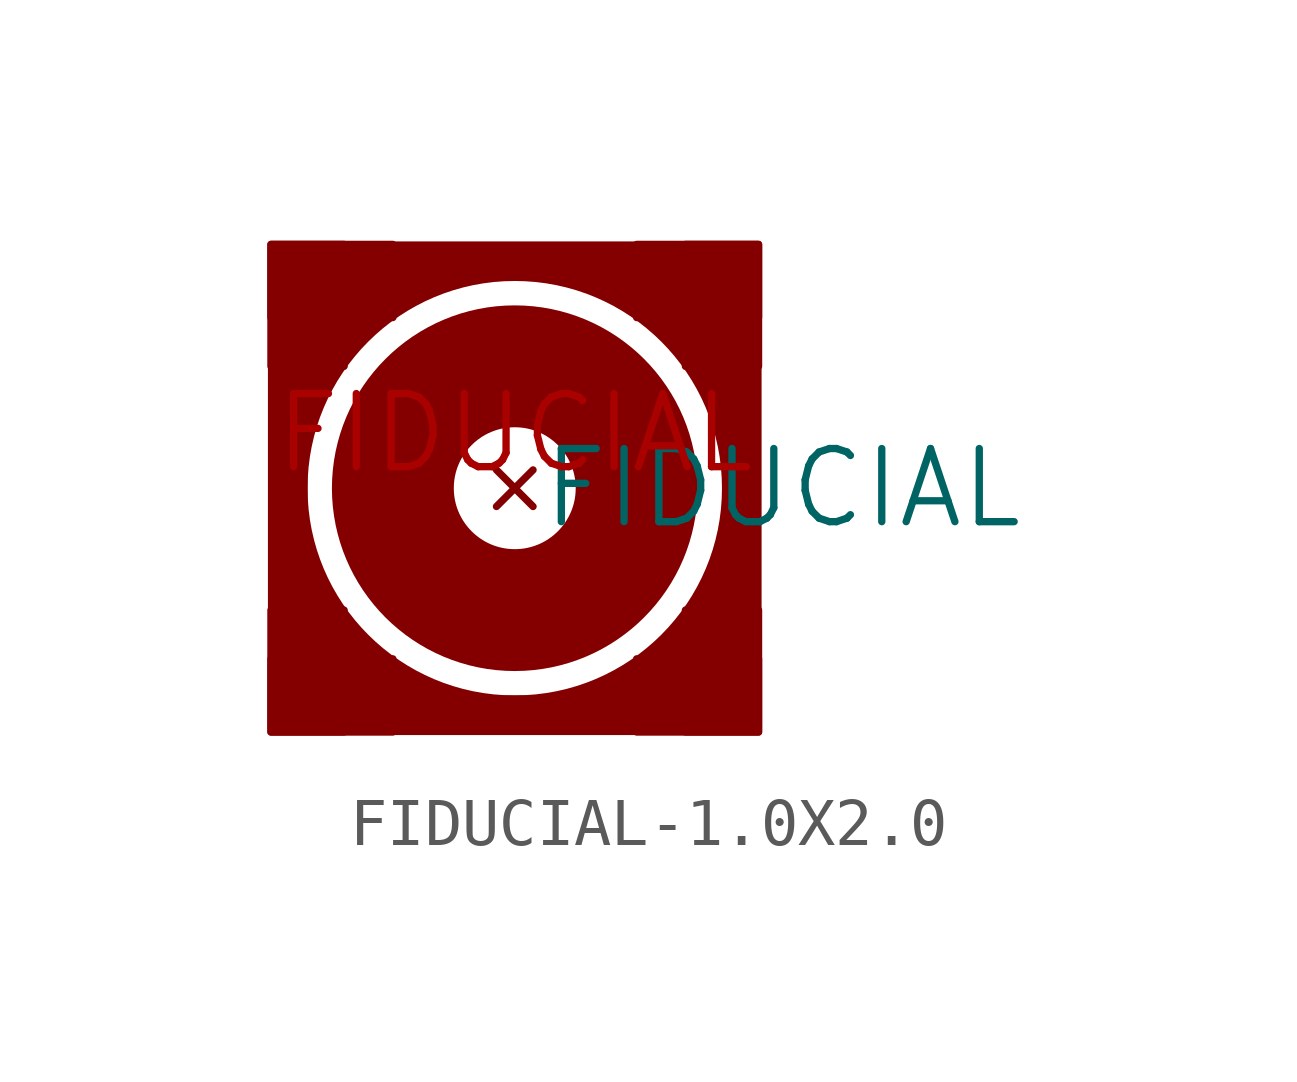
<source format=kicad_sym>
(kicad_symbol_lib
  (version 20241209)
  (generator "kicad_symbol_editor")
  (generator_version "9.0")
  (symbol "FIDUCIAL-1.0X2.0"
    (property "Reference" "FIDUCIAL"
      (at 0 0 0)
      (effects (font (size 1.27 1.27)) (hide yes)))
    (property "ki_locked" ""
      (at 0 0 0)
      (effects (font (size 1.27 1.27))))
    (symbol "FIDUCIAL-1.0X2.0_1_0"
      (polyline (pts (xy -5.08 5.08) (xy 5.08 5.08)) (stroke (width 0.127) (type solid)) (fill (type none)))
      (rectangle (start -5.08 3.556) (end -2.54 5.08) (stroke (width 0) (type default)) (fill (type outline)))
      (rectangle (start -5.08 2.54) (end -3.556 5.08) (stroke (width 0) (type default)) (fill (type outline)))
      (rectangle (start -5.08 -5.08) (end -3.556 -2.54) (stroke (width 0) (type default)) (fill (type outline)))
      (rectangle (start -5.08 -5.08) (end -2.54 -3.556) (stroke (width 0) (type default)) (fill (type outline)))
      (polyline (pts (xy -5.08 -5.08) (xy -5.08 5.08)) (stroke (width 0.127) (type solid)) (fill (type none)))
      (polyline (pts (xy -5.08 -5.08) (xy 5.08 -5.08)) (stroke (width 0.127) (type solid)) (fill (type none)))
      (polyline (pts (xy -4.699 2.54) (xy -4.699 -2.54)) (stroke (width 0.762) (type solid)) (fill (type none)))
      (polyline (pts (xy -2.54 4.699) (xy 2.54 4.699)) (stroke (width 0.762) (type solid)) (fill (type none)))
      (polyline (pts (xy -2.54 -4.699) (xy 2.54 -4.699)) (stroke (width 0.762) (type solid)) (fill (type none)))
      (circle (center 0 0) (radius 2.54) (stroke (width 2.54) (type solid)) (fill (type none)))
      (circle (center 0 0) (radius 4.699) (stroke (width 0.762) (type solid)) (fill (type none)))
      (rectangle (start 2.54 3.556) (end 5.08 5.08) (stroke (width 0) (type default)) (fill (type outline)))
      (rectangle (start 2.54 -5.08) (end 5.08 -3.556) (stroke (width 0) (type default)) (fill (type outline)))
      (rectangle (start 3.556 2.54) (end 5.08 5.08) (stroke (width 0) (type default)) (fill (type outline)))
      (rectangle (start 3.556 -5.08) (end 5.08 -2.54) (stroke (width 0) (type default)) (fill (type outline)))
      (polyline (pts (xy 4.699 -2.54) (xy 4.699 2.54)) (stroke (width 0.762) (type solid)) (fill (type none)))
      (polyline (pts (xy 5.08 5.08) (xy 5.08 -5.08)) (stroke (width 0.127) (type solid)) (fill (type none)))
      (pin no_connect line (at 0 0 0) (length 0) (name "FIDUCIAL" (effects (font (size 1.524 1.524)))) (number "FIDUCIAL" (effects (font (size 1.524 1.524))))))))
</source>
